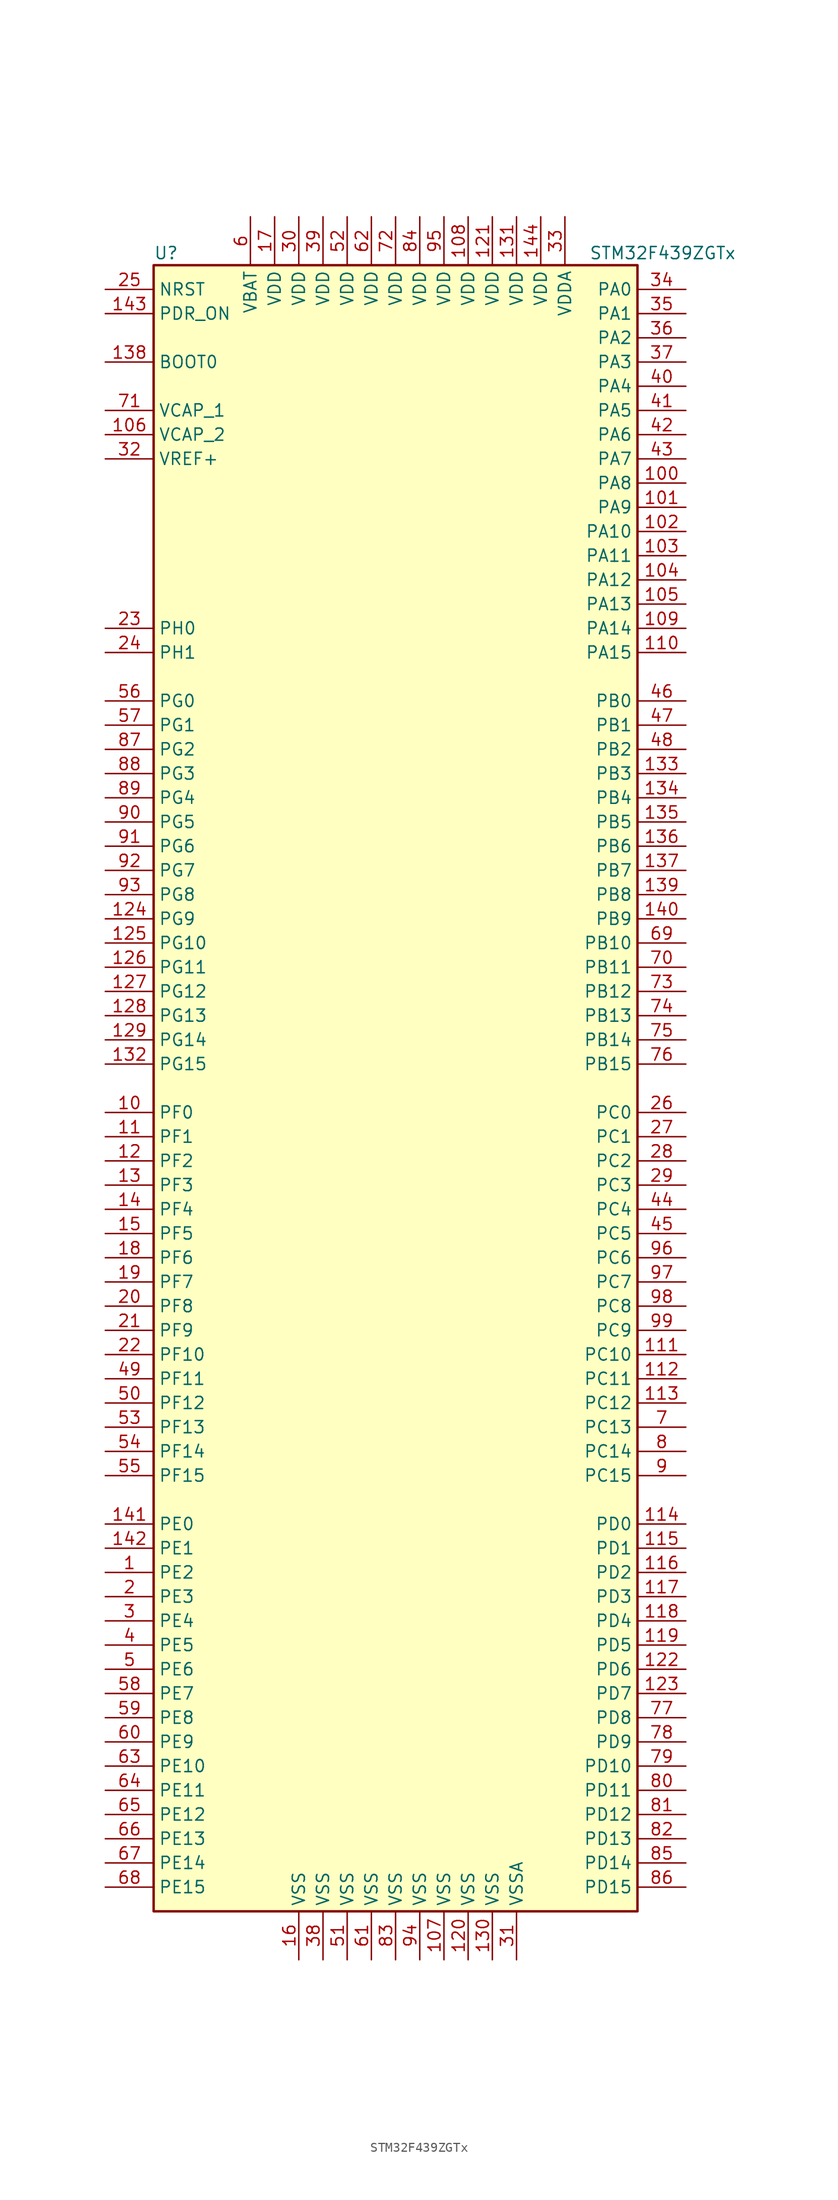
<source format=kicad_sym>
(kicad_symbol_lib
  (version 20220914)
  (generator kicad_symbol_editor)
  (symbol "STM32F439ZGTx"
    (property "Reference" "U"
      (at -25.4 87.63 0)
      (effects (font (size 1.27 1.27)) (justify left)))
    (property "Value" "STM32F439ZGTx"
      (at 20.32 87.63 0)
      (effects (font (size 1.27 1.27)) (justify left)))
    (symbol "STM32F439ZGTx_0_1"
      (rectangle (start -25.4 -86.36) (end 25.4 86.36) (stroke (width 0.254) (type default)) (fill (type background))))
    (symbol "STM32F439ZGTx_1_1"
      (pin bidirectional line (at -30.48 -50.8 0) (length 5.08) (name "PE2" (effects (font (size 1.27 1.27)))) (number "1" (effects (font (size 1.27 1.27)))))
      (pin bidirectional line (at -30.48 -2.54 0) (length 5.08) (name "PF0" (effects (font (size 1.27 1.27)))) (number "10" (effects (font (size 1.27 1.27)))))
      (pin bidirectional line (at 30.48 63.5 180) (length 5.08) (name "PA8" (effects (font (size 1.27 1.27)))) (number "100" (effects (font (size 1.27 1.27)))))
      (pin bidirectional line (at 30.48 60.96 180) (length 5.08) (name "PA9" (effects (font (size 1.27 1.27)))) (number "101" (effects (font (size 1.27 1.27)))))
      (pin bidirectional line (at 30.48 58.42 180) (length 5.08) (name "PA10" (effects (font (size 1.27 1.27)))) (number "102" (effects (font (size 1.27 1.27)))))
      (pin bidirectional line (at 30.48 55.88 180) (length 5.08) (name "PA11" (effects (font (size 1.27 1.27)))) (number "103" (effects (font (size 1.27 1.27)))))
      (pin bidirectional line (at 30.48 53.34 180) (length 5.08) (name "PA12" (effects (font (size 1.27 1.27)))) (number "104" (effects (font (size 1.27 1.27)))))
      (pin bidirectional line (at 30.48 50.8 180) (length 5.08) (name "PA13" (effects (font (size 1.27 1.27)))) (number "105" (effects (font (size 1.27 1.27)))))
      (pin power_in line (at -30.48 68.58 0) (length 5.08) (name "VCAP_2" (effects (font (size 1.27 1.27)))) (number "106" (effects (font (size 1.27 1.27)))))
      (pin power_in line (at 5.08 -91.44 90) (length 5.08) (name "VSS" (effects (font (size 1.27 1.27)))) (number "107" (effects (font (size 1.27 1.27)))))
      (pin power_in line (at 7.62 91.44 270) (length 5.08) (name "VDD" (effects (font (size 1.27 1.27)))) (number "108" (effects (font (size 1.27 1.27)))))
      (pin bidirectional line (at 30.48 48.26 180) (length 5.08) (name "PA14" (effects (font (size 1.27 1.27)))) (number "109" (effects (font (size 1.27 1.27)))))
      (pin bidirectional line (at -30.48 -5.08 0) (length 5.08) (name "PF1" (effects (font (size 1.27 1.27)))) (number "11" (effects (font (size 1.27 1.27)))))
      (pin bidirectional line (at 30.48 45.72 180) (length 5.08) (name "PA15" (effects (font (size 1.27 1.27)))) (number "110" (effects (font (size 1.27 1.27)))))
      (pin bidirectional line (at 30.48 -27.94 180) (length 5.08) (name "PC10" (effects (font (size 1.27 1.27)))) (number "111" (effects (font (size 1.27 1.27)))))
      (pin bidirectional line (at 30.48 -30.48 180) (length 5.08) (name "PC11" (effects (font (size 1.27 1.27)))) (number "112" (effects (font (size 1.27 1.27)))))
      (pin bidirectional line (at 30.48 -33.02 180) (length 5.08) (name "PC12" (effects (font (size 1.27 1.27)))) (number "113" (effects (font (size 1.27 1.27)))))
      (pin bidirectional line (at 30.48 -45.72 180) (length 5.08) (name "PD0" (effects (font (size 1.27 1.27)))) (number "114" (effects (font (size 1.27 1.27)))))
      (pin bidirectional line (at 30.48 -48.26 180) (length 5.08) (name "PD1" (effects (font (size 1.27 1.27)))) (number "115" (effects (font (size 1.27 1.27)))))
      (pin bidirectional line (at 30.48 -50.8 180) (length 5.08) (name "PD2" (effects (font (size 1.27 1.27)))) (number "116" (effects (font (size 1.27 1.27)))))
      (pin bidirectional line (at 30.48 -53.34 180) (length 5.08) (name "PD3" (effects (font (size 1.27 1.27)))) (number "117" (effects (font (size 1.27 1.27)))))
      (pin bidirectional line (at 30.48 -55.88 180) (length 5.08) (name "PD4" (effects (font (size 1.27 1.27)))) (number "118" (effects (font (size 1.27 1.27)))))
      (pin bidirectional line (at 30.48 -58.42 180) (length 5.08) (name "PD5" (effects (font (size 1.27 1.27)))) (number "119" (effects (font (size 1.27 1.27)))))
      (pin bidirectional line (at -30.48 -7.62 0) (length 5.08) (name "PF2" (effects (font (size 1.27 1.27)))) (number "12" (effects (font (size 1.27 1.27)))))
      (pin power_in line (at 7.62 -91.44 90) (length 5.08) (name "VSS" (effects (font (size 1.27 1.27)))) (number "120" (effects (font (size 1.27 1.27)))))
      (pin power_in line (at 10.16 91.44 270) (length 5.08) (name "VDD" (effects (font (size 1.27 1.27)))) (number "121" (effects (font (size 1.27 1.27)))))
      (pin bidirectional line (at 30.48 -60.96 180) (length 5.08) (name "PD6" (effects (font (size 1.27 1.27)))) (number "122" (effects (font (size 1.27 1.27)))))
      (pin bidirectional line (at 30.48 -63.5 180) (length 5.08) (name "PD7" (effects (font (size 1.27 1.27)))) (number "123" (effects (font (size 1.27 1.27)))))
      (pin bidirectional line (at -30.48 17.78 0) (length 5.08) (name "PG9" (effects (font (size 1.27 1.27)))) (number "124" (effects (font (size 1.27 1.27)))))
      (pin bidirectional line (at -30.48 15.24 0) (length 5.08) (name "PG10" (effects (font (size 1.27 1.27)))) (number "125" (effects (font (size 1.27 1.27)))))
      (pin bidirectional line (at -30.48 12.7 0) (length 5.08) (name "PG11" (effects (font (size 1.27 1.27)))) (number "126" (effects (font (size 1.27 1.27)))))
      (pin bidirectional line (at -30.48 10.16 0) (length 5.08) (name "PG12" (effects (font (size 1.27 1.27)))) (number "127" (effects (font (size 1.27 1.27)))))
      (pin bidirectional line (at -30.48 7.62 0) (length 5.08) (name "PG13" (effects (font (size 1.27 1.27)))) (number "128" (effects (font (size 1.27 1.27)))))
      (pin bidirectional line (at -30.48 5.08 0) (length 5.08) (name "PG14" (effects (font (size 1.27 1.27)))) (number "129" (effects (font (size 1.27 1.27)))))
      (pin bidirectional line (at -30.48 -10.16 0) (length 5.08) (name "PF3" (effects (font (size 1.27 1.27)))) (number "13" (effects (font (size 1.27 1.27)))))
      (pin power_in line (at 10.16 -91.44 90) (length 5.08) (name "VSS" (effects (font (size 1.27 1.27)))) (number "130" (effects (font (size 1.27 1.27)))))
      (pin power_in line (at 12.7 91.44 270) (length 5.08) (name "VDD" (effects (font (size 1.27 1.27)))) (number "131" (effects (font (size 1.27 1.27)))))
      (pin bidirectional line (at -30.48 2.54 0) (length 5.08) (name "PG15" (effects (font (size 1.27 1.27)))) (number "132" (effects (font (size 1.27 1.27)))))
      (pin bidirectional line (at 30.48 33.02 180) (length 5.08) (name "PB3" (effects (font (size 1.27 1.27)))) (number "133" (effects (font (size 1.27 1.27)))))
      (pin bidirectional line (at 30.48 30.48 180) (length 5.08) (name "PB4" (effects (font (size 1.27 1.27)))) (number "134" (effects (font (size 1.27 1.27)))))
      (pin bidirectional line (at 30.48 27.94 180) (length 5.08) (name "PB5" (effects (font (size 1.27 1.27)))) (number "135" (effects (font (size 1.27 1.27)))))
      (pin bidirectional line (at 30.48 25.4 180) (length 5.08) (name "PB6" (effects (font (size 1.27 1.27)))) (number "136" (effects (font (size 1.27 1.27)))))
      (pin bidirectional line (at 30.48 22.86 180) (length 5.08) (name "PB7" (effects (font (size 1.27 1.27)))) (number "137" (effects (font (size 1.27 1.27)))))
      (pin input line (at -30.48 76.2 0) (length 5.08) (name "BOOT0" (effects (font (size 1.27 1.27)))) (number "138" (effects (font (size 1.27 1.27)))))
      (pin bidirectional line (at 30.48 20.32 180) (length 5.08) (name "PB8" (effects (font (size 1.27 1.27)))) (number "139" (effects (font (size 1.27 1.27)))))
      (pin bidirectional line (at -30.48 -12.7 0) (length 5.08) (name "PF4" (effects (font (size 1.27 1.27)))) (number "14" (effects (font (size 1.27 1.27)))))
      (pin bidirectional line (at 30.48 17.78 180) (length 5.08) (name "PB9" (effects (font (size 1.27 1.27)))) (number "140" (effects (font (size 1.27 1.27)))))
      (pin bidirectional line (at -30.48 -45.72 0) (length 5.08) (name "PE0" (effects (font (size 1.27 1.27)))) (number "141" (effects (font (size 1.27 1.27)))))
      (pin bidirectional line (at -30.48 -48.26 0) (length 5.08) (name "PE1" (effects (font (size 1.27 1.27)))) (number "142" (effects (font (size 1.27 1.27)))))
      (pin input line (at -30.48 81.28 0) (length 5.08) (name "PDR_ON" (effects (font (size 1.27 1.27)))) (number "143" (effects (font (size 1.27 1.27)))))
      (pin power_in line (at 15.24 91.44 270) (length 5.08) (name "VDD" (effects (font (size 1.27 1.27)))) (number "144" (effects (font (size 1.27 1.27)))))
      (pin bidirectional line (at -30.48 -15.24 0) (length 5.08) (name "PF5" (effects (font (size 1.27 1.27)))) (number "15" (effects (font (size 1.27 1.27)))))
      (pin power_in line (at -10.16 -91.44 90) (length 5.08) (name "VSS" (effects (font (size 1.27 1.27)))) (number "16" (effects (font (size 1.27 1.27)))))
      (pin power_in line (at -12.7 91.44 270) (length 5.08) (name "VDD" (effects (font (size 1.27 1.27)))) (number "17" (effects (font (size 1.27 1.27)))))
      (pin bidirectional line (at -30.48 -17.78 0) (length 5.08) (name "PF6" (effects (font (size 1.27 1.27)))) (number "18" (effects (font (size 1.27 1.27)))))
      (pin bidirectional line (at -30.48 -20.32 0) (length 5.08) (name "PF7" (effects (font (size 1.27 1.27)))) (number "19" (effects (font (size 1.27 1.27)))))
      (pin bidirectional line (at -30.48 -53.34 0) (length 5.08) (name "PE3" (effects (font (size 1.27 1.27)))) (number "2" (effects (font (size 1.27 1.27)))))
      (pin bidirectional line (at -30.48 -22.86 0) (length 5.08) (name "PF8" (effects (font (size 1.27 1.27)))) (number "20" (effects (font (size 1.27 1.27)))))
      (pin bidirectional line (at -30.48 -25.4 0) (length 5.08) (name "PF9" (effects (font (size 1.27 1.27)))) (number "21" (effects (font (size 1.27 1.27)))))
      (pin bidirectional line (at -30.48 -27.94 0) (length 5.08) (name "PF10" (effects (font (size 1.27 1.27)))) (number "22" (effects (font (size 1.27 1.27)))))
      (pin input line (at -30.48 48.26 0) (length 5.08) (name "PH0" (effects (font (size 1.27 1.27)))) (number "23" (effects (font (size 1.27 1.27)))))
      (pin input line (at -30.48 45.72 0) (length 5.08) (name "PH1" (effects (font (size 1.27 1.27)))) (number "24" (effects (font (size 1.27 1.27)))))
      (pin input line (at -30.48 83.82 0) (length 5.08) (name "NRST" (effects (font (size 1.27 1.27)))) (number "25" (effects (font (size 1.27 1.27)))))
      (pin bidirectional line (at 30.48 -2.54 180) (length 5.08) (name "PC0" (effects (font (size 1.27 1.27)))) (number "26" (effects (font (size 1.27 1.27)))))
      (pin bidirectional line (at 30.48 -5.08 180) (length 5.08) (name "PC1" (effects (font (size 1.27 1.27)))) (number "27" (effects (font (size 1.27 1.27)))))
      (pin bidirectional line (at 30.48 -7.62 180) (length 5.08) (name "PC2" (effects (font (size 1.27 1.27)))) (number "28" (effects (font (size 1.27 1.27)))))
      (pin bidirectional line (at 30.48 -10.16 180) (length 5.08) (name "PC3" (effects (font (size 1.27 1.27)))) (number "29" (effects (font (size 1.27 1.27)))))
      (pin bidirectional line (at -30.48 -55.88 0) (length 5.08) (name "PE4" (effects (font (size 1.27 1.27)))) (number "3" (effects (font (size 1.27 1.27)))))
      (pin power_in line (at -10.16 91.44 270) (length 5.08) (name "VDD" (effects (font (size 1.27 1.27)))) (number "30" (effects (font (size 1.27 1.27)))))
      (pin power_in line (at 12.7 -91.44 90) (length 5.08) (name "VSSA" (effects (font (size 1.27 1.27)))) (number "31" (effects (font (size 1.27 1.27)))))
      (pin power_in line (at -30.48 66.04 0) (length 5.08) (name "VREF+" (effects (font (size 1.27 1.27)))) (number "32" (effects (font (size 1.27 1.27)))))
      (pin power_in line (at 17.78 91.44 270) (length 5.08) (name "VDDA" (effects (font (size 1.27 1.27)))) (number "33" (effects (font (size 1.27 1.27)))))
      (pin bidirectional line (at 30.48 83.82 180) (length 5.08) (name "PA0" (effects (font (size 1.27 1.27)))) (number "34" (effects (font (size 1.27 1.27)))))
      (pin bidirectional line (at 30.48 81.28 180) (length 5.08) (name "PA1" (effects (font (size 1.27 1.27)))) (number "35" (effects (font (size 1.27 1.27)))))
      (pin bidirectional line (at 30.48 78.74 180) (length 5.08) (name "PA2" (effects (font (size 1.27 1.27)))) (number "36" (effects (font (size 1.27 1.27)))))
      (pin bidirectional line (at 30.48 76.2 180) (length 5.08) (name "PA3" (effects (font (size 1.27 1.27)))) (number "37" (effects (font (size 1.27 1.27)))))
      (pin power_in line (at -7.62 -91.44 90) (length 5.08) (name "VSS" (effects (font (size 1.27 1.27)))) (number "38" (effects (font (size 1.27 1.27)))))
      (pin power_in line (at -7.62 91.44 270) (length 5.08) (name "VDD" (effects (font (size 1.27 1.27)))) (number "39" (effects (font (size 1.27 1.27)))))
      (pin bidirectional line (at -30.48 -58.42 0) (length 5.08) (name "PE5" (effects (font (size 1.27 1.27)))) (number "4" (effects (font (size 1.27 1.27)))))
      (pin bidirectional line (at 30.48 73.66 180) (length 5.08) (name "PA4" (effects (font (size 1.27 1.27)))) (number "40" (effects (font (size 1.27 1.27)))))
      (pin bidirectional line (at 30.48 71.12 180) (length 5.08) (name "PA5" (effects (font (size 1.27 1.27)))) (number "41" (effects (font (size 1.27 1.27)))))
      (pin bidirectional line (at 30.48 68.58 180) (length 5.08) (name "PA6" (effects (font (size 1.27 1.27)))) (number "42" (effects (font (size 1.27 1.27)))))
      (pin bidirectional line (at 30.48 66.04 180) (length 5.08) (name "PA7" (effects (font (size 1.27 1.27)))) (number "43" (effects (font (size 1.27 1.27)))))
      (pin bidirectional line (at 30.48 -12.7 180) (length 5.08) (name "PC4" (effects (font (size 1.27 1.27)))) (number "44" (effects (font (size 1.27 1.27)))))
      (pin bidirectional line (at 30.48 -15.24 180) (length 5.08) (name "PC5" (effects (font (size 1.27 1.27)))) (number "45" (effects (font (size 1.27 1.27)))))
      (pin bidirectional line (at 30.48 40.64 180) (length 5.08) (name "PB0" (effects (font (size 1.27 1.27)))) (number "46" (effects (font (size 1.27 1.27)))))
      (pin bidirectional line (at 30.48 38.1 180) (length 5.08) (name "PB1" (effects (font (size 1.27 1.27)))) (number "47" (effects (font (size 1.27 1.27)))))
      (pin bidirectional line (at 30.48 35.56 180) (length 5.08) (name "PB2" (effects (font (size 1.27 1.27)))) (number "48" (effects (font (size 1.27 1.27)))))
      (pin bidirectional line (at -30.48 -30.48 0) (length 5.08) (name "PF11" (effects (font (size 1.27 1.27)))) (number "49" (effects (font (size 1.27 1.27)))))
      (pin bidirectional line (at -30.48 -60.96 0) (length 5.08) (name "PE6" (effects (font (size 1.27 1.27)))) (number "5" (effects (font (size 1.27 1.27)))))
      (pin bidirectional line (at -30.48 -33.02 0) (length 5.08) (name "PF12" (effects (font (size 1.27 1.27)))) (number "50" (effects (font (size 1.27 1.27)))))
      (pin power_in line (at -5.08 -91.44 90) (length 5.08) (name "VSS" (effects (font (size 1.27 1.27)))) (number "51" (effects (font (size 1.27 1.27)))))
      (pin power_in line (at -5.08 91.44 270) (length 5.08) (name "VDD" (effects (font (size 1.27 1.27)))) (number "52" (effects (font (size 1.27 1.27)))))
      (pin bidirectional line (at -30.48 -35.56 0) (length 5.08) (name "PF13" (effects (font (size 1.27 1.27)))) (number "53" (effects (font (size 1.27 1.27)))))
      (pin bidirectional line (at -30.48 -38.1 0) (length 5.08) (name "PF14" (effects (font (size 1.27 1.27)))) (number "54" (effects (font (size 1.27 1.27)))))
      (pin bidirectional line (at -30.48 -40.64 0) (length 5.08) (name "PF15" (effects (font (size 1.27 1.27)))) (number "55" (effects (font (size 1.27 1.27)))))
      (pin bidirectional line (at -30.48 40.64 0) (length 5.08) (name "PG0" (effects (font (size 1.27 1.27)))) (number "56" (effects (font (size 1.27 1.27)))))
      (pin bidirectional line (at -30.48 38.1 0) (length 5.08) (name "PG1" (effects (font (size 1.27 1.27)))) (number "57" (effects (font (size 1.27 1.27)))))
      (pin bidirectional line (at -30.48 -63.5 0) (length 5.08) (name "PE7" (effects (font (size 1.27 1.27)))) (number "58" (effects (font (size 1.27 1.27)))))
      (pin bidirectional line (at -30.48 -66.04 0) (length 5.08) (name "PE8" (effects (font (size 1.27 1.27)))) (number "59" (effects (font (size 1.27 1.27)))))
      (pin power_in line (at -15.24 91.44 270) (length 5.08) (name "VBAT" (effects (font (size 1.27 1.27)))) (number "6" (effects (font (size 1.27 1.27)))))
      (pin bidirectional line (at -30.48 -68.58 0) (length 5.08) (name "PE9" (effects (font (size 1.27 1.27)))) (number "60" (effects (font (size 1.27 1.27)))))
      (pin power_in line (at -2.54 -91.44 90) (length 5.08) (name "VSS" (effects (font (size 1.27 1.27)))) (number "61" (effects (font (size 1.27 1.27)))))
      (pin power_in line (at -2.54 91.44 270) (length 5.08) (name "VDD" (effects (font (size 1.27 1.27)))) (number "62" (effects (font (size 1.27 1.27)))))
      (pin bidirectional line (at -30.48 -71.12 0) (length 5.08) (name "PE10" (effects (font (size 1.27 1.27)))) (number "63" (effects (font (size 1.27 1.27)))))
      (pin bidirectional line (at -30.48 -73.66 0) (length 5.08) (name "PE11" (effects (font (size 1.27 1.27)))) (number "64" (effects (font (size 1.27 1.27)))))
      (pin bidirectional line (at -30.48 -76.2 0) (length 5.08) (name "PE12" (effects (font (size 1.27 1.27)))) (number "65" (effects (font (size 1.27 1.27)))))
      (pin bidirectional line (at -30.48 -78.74 0) (length 5.08) (name "PE13" (effects (font (size 1.27 1.27)))) (number "66" (effects (font (size 1.27 1.27)))))
      (pin bidirectional line (at -30.48 -81.28 0) (length 5.08) (name "PE14" (effects (font (size 1.27 1.27)))) (number "67" (effects (font (size 1.27 1.27)))))
      (pin bidirectional line (at -30.48 -83.82 0) (length 5.08) (name "PE15" (effects (font (size 1.27 1.27)))) (number "68" (effects (font (size 1.27 1.27)))))
      (pin bidirectional line (at 30.48 15.24 180) (length 5.08) (name "PB10" (effects (font (size 1.27 1.27)))) (number "69" (effects (font (size 1.27 1.27)))))
      (pin bidirectional line (at 30.48 -35.56 180) (length 5.08) (name "PC13" (effects (font (size 1.27 1.27)))) (number "7" (effects (font (size 1.27 1.27)))))
      (pin bidirectional line (at 30.48 12.7 180) (length 5.08) (name "PB11" (effects (font (size 1.27 1.27)))) (number "70" (effects (font (size 1.27 1.27)))))
      (pin power_in line (at -30.48 71.12 0) (length 5.08) (name "VCAP_1" (effects (font (size 1.27 1.27)))) (number "71" (effects (font (size 1.27 1.27)))))
      (pin power_in line (at 0 91.44 270) (length 5.08) (name "VDD" (effects (font (size 1.27 1.27)))) (number "72" (effects (font (size 1.27 1.27)))))
      (pin bidirectional line (at 30.48 10.16 180) (length 5.08) (name "PB12" (effects (font (size 1.27 1.27)))) (number "73" (effects (font (size 1.27 1.27)))))
      (pin bidirectional line (at 30.48 7.62 180) (length 5.08) (name "PB13" (effects (font (size 1.27 1.27)))) (number "74" (effects (font (size 1.27 1.27)))))
      (pin bidirectional line (at 30.48 5.08 180) (length 5.08) (name "PB14" (effects (font (size 1.27 1.27)))) (number "75" (effects (font (size 1.27 1.27)))))
      (pin bidirectional line (at 30.48 2.54 180) (length 5.08) (name "PB15" (effects (font (size 1.27 1.27)))) (number "76" (effects (font (size 1.27 1.27)))))
      (pin bidirectional line (at 30.48 -66.04 180) (length 5.08) (name "PD8" (effects (font (size 1.27 1.27)))) (number "77" (effects (font (size 1.27 1.27)))))
      (pin bidirectional line (at 30.48 -68.58 180) (length 5.08) (name "PD9" (effects (font (size 1.27 1.27)))) (number "78" (effects (font (size 1.27 1.27)))))
      (pin bidirectional line (at 30.48 -71.12 180) (length 5.08) (name "PD10" (effects (font (size 1.27 1.27)))) (number "79" (effects (font (size 1.27 1.27)))))
      (pin bidirectional line (at 30.48 -38.1 180) (length 5.08) (name "PC14" (effects (font (size 1.27 1.27)))) (number "8" (effects (font (size 1.27 1.27)))))
      (pin bidirectional line (at 30.48 -73.66 180) (length 5.08) (name "PD11" (effects (font (size 1.27 1.27)))) (number "80" (effects (font (size 1.27 1.27)))))
      (pin bidirectional line (at 30.48 -76.2 180) (length 5.08) (name "PD12" (effects (font (size 1.27 1.27)))) (number "81" (effects (font (size 1.27 1.27)))))
      (pin bidirectional line (at 30.48 -78.74 180) (length 5.08) (name "PD13" (effects (font (size 1.27 1.27)))) (number "82" (effects (font (size 1.27 1.27)))))
      (pin power_in line (at 0 -91.44 90) (length 5.08) (name "VSS" (effects (font (size 1.27 1.27)))) (number "83" (effects (font (size 1.27 1.27)))))
      (pin power_in line (at 2.54 91.44 270) (length 5.08) (name "VDD" (effects (font (size 1.27 1.27)))) (number "84" (effects (font (size 1.27 1.27)))))
      (pin bidirectional line (at 30.48 -81.28 180) (length 5.08) (name "PD14" (effects (font (size 1.27 1.27)))) (number "85" (effects (font (size 1.27 1.27)))))
      (pin bidirectional line (at 30.48 -83.82 180) (length 5.08) (name "PD15" (effects (font (size 1.27 1.27)))) (number "86" (effects (font (size 1.27 1.27)))))
      (pin bidirectional line (at -30.48 35.56 0) (length 5.08) (name "PG2" (effects (font (size 1.27 1.27)))) (number "87" (effects (font (size 1.27 1.27)))))
      (pin bidirectional line (at -30.48 33.02 0) (length 5.08) (name "PG3" (effects (font (size 1.27 1.27)))) (number "88" (effects (font (size 1.27 1.27)))))
      (pin bidirectional line (at -30.48 30.48 0) (length 5.08) (name "PG4" (effects (font (size 1.27 1.27)))) (number "89" (effects (font (size 1.27 1.27)))))
      (pin bidirectional line (at 30.48 -40.64 180) (length 5.08) (name "PC15" (effects (font (size 1.27 1.27)))) (number "9" (effects (font (size 1.27 1.27)))))
      (pin bidirectional line (at -30.48 27.94 0) (length 5.08) (name "PG5" (effects (font (size 1.27 1.27)))) (number "90" (effects (font (size 1.27 1.27)))))
      (pin bidirectional line (at -30.48 25.4 0) (length 5.08) (name "PG6" (effects (font (size 1.27 1.27)))) (number "91" (effects (font (size 1.27 1.27)))))
      (pin bidirectional line (at -30.48 22.86 0) (length 5.08) (name "PG7" (effects (font (size 1.27 1.27)))) (number "92" (effects (font (size 1.27 1.27)))))
      (pin bidirectional line (at -30.48 20.32 0) (length 5.08) (name "PG8" (effects (font (size 1.27 1.27)))) (number "93" (effects (font (size 1.27 1.27)))))
      (pin power_in line (at 2.54 -91.44 90) (length 5.08) (name "VSS" (effects (font (size 1.27 1.27)))) (number "94" (effects (font (size 1.27 1.27)))))
      (pin power_in line (at 5.08 91.44 270) (length 5.08) (name "VDD" (effects (font (size 1.27 1.27)))) (number "95" (effects (font (size 1.27 1.27)))))
      (pin bidirectional line (at 30.48 -17.78 180) (length 5.08) (name "PC6" (effects (font (size 1.27 1.27)))) (number "96" (effects (font (size 1.27 1.27)))))
      (pin bidirectional line (at 30.48 -20.32 180) (length 5.08) (name "PC7" (effects (font (size 1.27 1.27)))) (number "97" (effects (font (size 1.27 1.27)))))
      (pin bidirectional line (at 30.48 -22.86 180) (length 5.08) (name "PC8" (effects (font (size 1.27 1.27)))) (number "98" (effects (font (size 1.27 1.27)))))
      (pin bidirectional line (at 30.48 -25.4 180) (length 5.08) (name "PC9" (effects (font (size 1.27 1.27)))) (number "99" (effects (font (size 1.27 1.27))))))))
</source>
